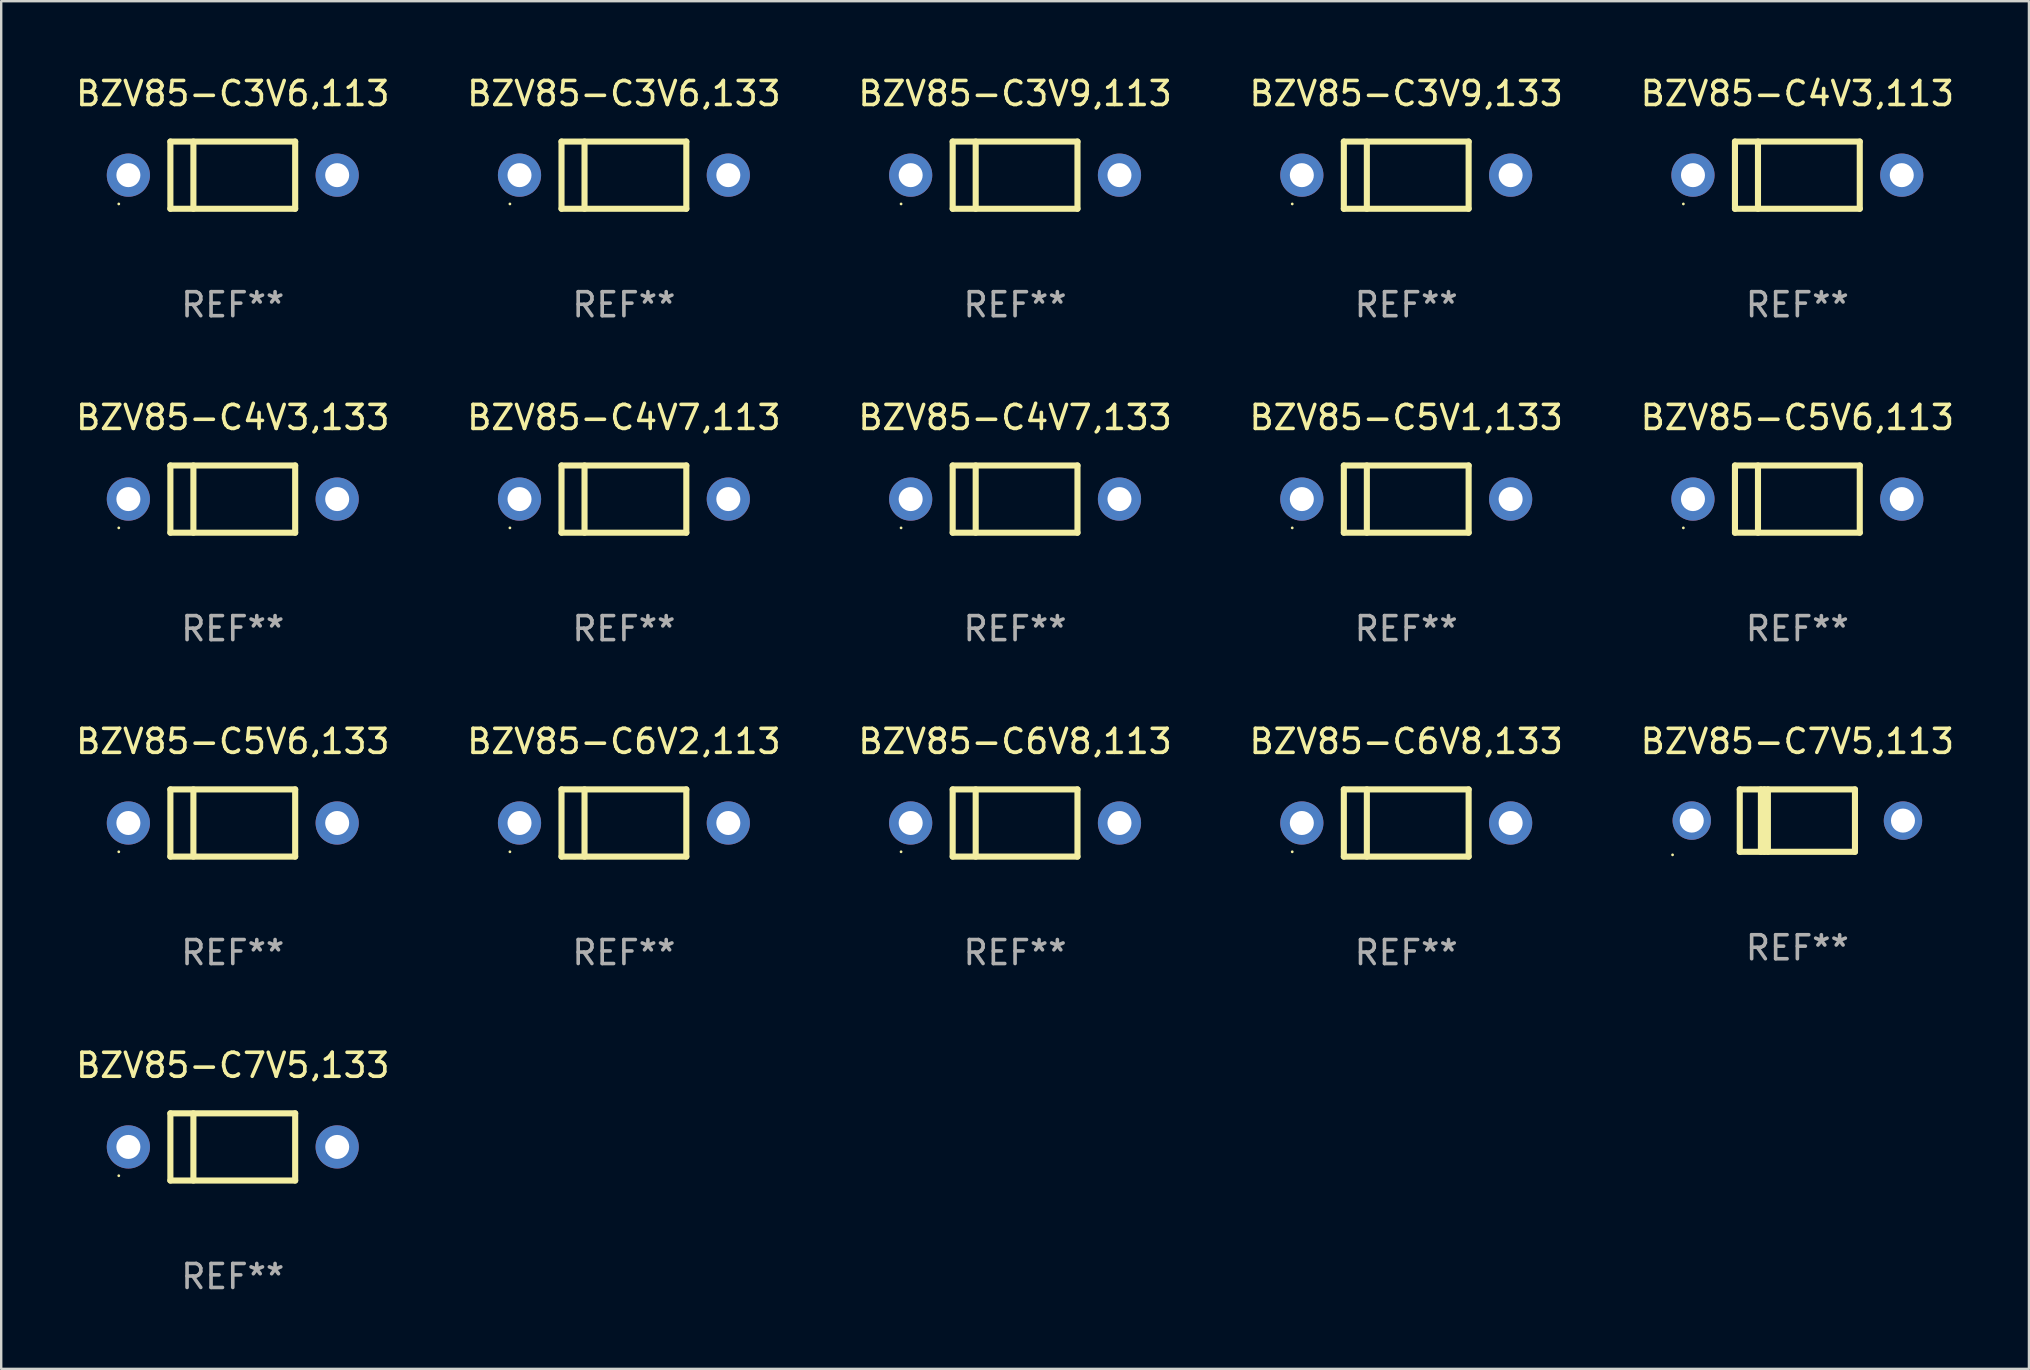
<source format=kicad_pcb>
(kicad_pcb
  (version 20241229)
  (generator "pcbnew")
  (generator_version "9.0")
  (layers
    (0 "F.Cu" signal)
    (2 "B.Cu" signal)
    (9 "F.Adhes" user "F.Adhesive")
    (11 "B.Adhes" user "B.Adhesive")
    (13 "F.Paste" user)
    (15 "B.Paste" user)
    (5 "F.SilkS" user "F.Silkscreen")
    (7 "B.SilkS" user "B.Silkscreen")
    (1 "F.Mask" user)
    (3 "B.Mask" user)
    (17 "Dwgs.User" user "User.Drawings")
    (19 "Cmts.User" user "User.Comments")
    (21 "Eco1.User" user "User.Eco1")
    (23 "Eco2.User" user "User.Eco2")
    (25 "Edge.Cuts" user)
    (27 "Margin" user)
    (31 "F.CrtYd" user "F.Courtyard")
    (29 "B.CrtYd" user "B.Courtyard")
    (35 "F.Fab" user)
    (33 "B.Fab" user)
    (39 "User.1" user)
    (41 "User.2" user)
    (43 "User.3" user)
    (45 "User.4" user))
  (footprint "BZV85-C4V3,113"
    (layer "F.Cu")
    (at 71.839 4.248)
    (property "Reference" "BZV85-C4V3,113" (at 0 -3.4 0) (layer "F.SilkS") (effects (font (size 1 1) (thickness 0.15))))
    (attr through_hole)
    (fp_line (start -2.6 -1.4) (end -2.6 1.4) (stroke (width 0.254) (type solid)) (layer "F.SilkS"))
    (fp_line (start -2.6 -1.4) (end 2.6 -1.4) (stroke (width 0.254) (type solid)) (layer "F.SilkS"))
    (fp_line (start -2.6 1.4) (end 2.6 1.4) (stroke (width 0.254) (type solid)) (layer "F.SilkS"))
    (fp_line (start -1.641 -1.4) (end -1.641 1.4) (stroke (width 0.254) (type solid)) (layer "F.SilkS"))
    (fp_line (start 2.6 -1.4) (end 2.6 1.4) (stroke (width 0.254) (type solid)) (layer "F.SilkS"))
    (fp_circle (center -4.75 1.2) (end -4.72 1.2) (stroke (width 0.06) (type solid)) (fill no) (layer "F.SilkS"))
    (fp_text user "REF**" (at 0 5.4 0) (layer "F.Fab") (effects (font (size 1 1) (thickness 0.15))))
    (pad "1" thru_hole circle (at -4.35 0) (size 1.8 1.8) (drill 1) (layers "*.Cu" "*.Mask"))
    (pad "2" thru_hole circle (at 4.35 0) (size 1.8 1.8) (drill 1) (layers "*.Cu" "*.Mask")))
  (footprint "BZV85-C3V9,113"
    (layer "F.Cu")
    (at 39.244 4.248)
    (property "Reference" "BZV85-C3V9,113" (at 0 -3.4 0) (layer "F.SilkS") (effects (font (size 1 1) (thickness 0.15))))
    (attr through_hole)
    (fp_line (start -2.6 -1.4) (end -2.6 1.4) (stroke (width 0.254) (type solid)) (layer "F.SilkS"))
    (fp_line (start -2.6 -1.4) (end 2.6 -1.4) (stroke (width 0.254) (type solid)) (layer "F.SilkS"))
    (fp_line (start -2.6 1.4) (end 2.6 1.4) (stroke (width 0.254) (type solid)) (layer "F.SilkS"))
    (fp_line (start -1.641 -1.4) (end -1.641 1.4) (stroke (width 0.254) (type solid)) (layer "F.SilkS"))
    (fp_line (start 2.6 -1.4) (end 2.6 1.4) (stroke (width 0.254) (type solid)) (layer "F.SilkS"))
    (fp_circle (center -4.75 1.2) (end -4.72 1.2) (stroke (width 0.06) (type solid)) (fill no) (layer "F.SilkS"))
    (fp_text user "REF**" (at 0 5.4 0) (layer "F.Fab") (effects (font (size 1 1) (thickness 0.15))))
    (pad "1" thru_hole circle (at -4.35 0) (size 1.8 1.8) (drill 1) (layers "*.Cu" "*.Mask"))
    (pad "2" thru_hole circle (at 4.35 0) (size 1.8 1.8) (drill 1) (layers "*.Cu" "*.Mask")))
  (footprint "BZV85-C7V5,133"
    (layer "F.Cu")
    (at 6.649 44.738)
    (property "Reference" "BZV85-C7V5,133" (at 0 -3.4 0) (layer "F.SilkS") (effects (font (size 1 1) (thickness 0.15))))
    (attr through_hole)
    (fp_line (start -2.6 -1.4) (end -2.6 1.4) (stroke (width 0.254) (type solid)) (layer "F.SilkS"))
    (fp_line (start -2.6 -1.4) (end 2.6 -1.4) (stroke (width 0.254) (type solid)) (layer "F.SilkS"))
    (fp_line (start -2.6 1.4) (end 2.6 1.4) (stroke (width 0.254) (type solid)) (layer "F.SilkS"))
    (fp_line (start -1.641 -1.4) (end -1.641 1.4) (stroke (width 0.254) (type solid)) (layer "F.SilkS"))
    (fp_line (start 2.6 -1.4) (end 2.6 1.4) (stroke (width 0.254) (type solid)) (layer "F.SilkS"))
    (fp_circle (center -4.75 1.2) (end -4.72 1.2) (stroke (width 0.06) (type solid)) (fill no) (layer "F.SilkS"))
    (fp_text user "REF**" (at 0 5.4 0) (layer "F.Fab") (effects (font (size 1 1) (thickness 0.15))))
    (pad "1" thru_hole circle (at -4.35 0) (size 1.8 1.8) (drill 1) (layers "*.Cu" "*.Mask"))
    (pad "2" thru_hole circle (at 4.35 0) (size 1.8 1.8) (drill 1) (layers "*.Cu" "*.Mask")))
  (footprint "BZV85-C6V8,133"
    (layer "F.Cu")
    (at 55.542 31.241)
    (property "Reference" "BZV85-C6V8,133" (at 0 -3.4 0) (layer "F.SilkS") (effects (font (size 1 1) (thickness 0.15))))
    (attr through_hole)
    (fp_line (start -2.6 -1.4) (end -2.6 1.4) (stroke (width 0.254) (type solid)) (layer "F.SilkS"))
    (fp_line (start -2.6 -1.4) (end 2.6 -1.4) (stroke (width 0.254) (type solid)) (layer "F.SilkS"))
    (fp_line (start -2.6 1.4) (end 2.6 1.4) (stroke (width 0.254) (type solid)) (layer "F.SilkS"))
    (fp_line (start -1.641 -1.4) (end -1.641 1.4) (stroke (width 0.254) (type solid)) (layer "F.SilkS"))
    (fp_line (start 2.6 -1.4) (end 2.6 1.4) (stroke (width 0.254) (type solid)) (layer "F.SilkS"))
    (fp_circle (center -4.75 1.2) (end -4.72 1.2) (stroke (width 0.06) (type solid)) (fill no) (layer "F.SilkS"))
    (fp_text user "REF**" (at 0 5.4 0) (layer "F.Fab") (effects (font (size 1 1) (thickness 0.15))))
    (pad "1" thru_hole circle (at -4.35 0) (size 1.8 1.8) (drill 1) (layers "*.Cu" "*.Mask"))
    (pad "2" thru_hole circle (at 4.35 0) (size 1.8 1.8) (drill 1) (layers "*.Cu" "*.Mask")))
  (footprint "BZV85-C3V6,133"
    (layer "F.Cu")
    (at 22.946 4.248)
    (property "Reference" "BZV85-C3V6,133" (at 0 -3.4 0) (layer "F.SilkS") (effects (font (size 1 1) (thickness 0.15))))
    (attr through_hole)
    (fp_line (start -2.6 -1.4) (end -2.6 1.4) (stroke (width 0.254) (type solid)) (layer "F.SilkS"))
    (fp_line (start -2.6 -1.4) (end 2.6 -1.4) (stroke (width 0.254) (type solid)) (layer "F.SilkS"))
    (fp_line (start -2.6 1.4) (end 2.6 1.4) (stroke (width 0.254) (type solid)) (layer "F.SilkS"))
    (fp_line (start -1.641 -1.4) (end -1.641 1.4) (stroke (width 0.254) (type solid)) (layer "F.SilkS"))
    (fp_line (start 2.6 -1.4) (end 2.6 1.4) (stroke (width 0.254) (type solid)) (layer "F.SilkS"))
    (fp_circle (center -4.75 1.2) (end -4.72 1.2) (stroke (width 0.06) (type solid)) (fill no) (layer "F.SilkS"))
    (fp_text user "REF**" (at 0 5.4 0) (layer "F.Fab") (effects (font (size 1 1) (thickness 0.15))))
    (pad "1" thru_hole circle (at -4.35 0) (size 1.8 1.8) (drill 1) (layers "*.Cu" "*.Mask"))
    (pad "2" thru_hole circle (at 4.35 0) (size 1.8 1.8) (drill 1) (layers "*.Cu" "*.Mask")))
  (footprint "BZV85-C7V5,113"
    (layer "F.Cu")
    (at 71.839 31.141)
    (property "Reference" "BZV85-C7V5,113" (at 0 -3.3 0) (layer "F.SilkS") (effects (font (size 1 1) (thickness 0.15))))
    (attr through_hole)
    (fp_line (start -2.4 -1.3) (end -2.4 1.3) (stroke (width 0.254) (type solid)) (layer "F.SilkS"))
    (fp_line (start -2.4 -1.3) (end 2.4 -1.3) (stroke (width 0.254) (type solid)) (layer "F.SilkS"))
    (fp_line (start -2.4 1.3) (end 2.4 1.3) (stroke (width 0.254) (type solid)) (layer "F.SilkS"))
    (fp_line (start -1.519 -1.3) (end -1.519 1.3) (stroke (width 0.254) (type solid)) (layer "F.SilkS"))
    (fp_line (start -1.374 -1.3) (end -1.374 1.3) (stroke (width 0.254) (type solid)) (layer "F.SilkS"))
    (fp_line (start -1.228 -1.3) (end -1.228 1.3) (stroke (width 0.254) (type solid)) (layer "F.SilkS"))
    (fp_line (start 2.4 -1.3) (end 2.4 1.3) (stroke (width 0.254) (type solid)) (layer "F.SilkS"))
    (fp_circle (center -5.2 1.427) (end -5.17 1.427) (stroke (width 0.06) (type solid)) (fill no) (layer "F.SilkS"))
    (fp_text user "REF**" (at 0 5.3 0) (layer "F.Fab") (effects (font (size 1 1) (thickness 0.15))))
    (pad "1" thru_hole circle (at -4.4 0.000013) (size 1.6 1.6) (drill 1) (layers "*.Cu" "*.Mask"))
    (pad "2" thru_hole circle (at 4.4 0.000013) (size 1.6 1.6) (drill 1) (layers "*.Cu" "*.Mask")))
  (footprint "BZV85-C4V3,133"
    (layer "F.Cu")
    (at 6.649 17.745)
    (property "Reference" "BZV85-C4V3,133" (at 0 -3.4 0) (layer "F.SilkS") (effects (font (size 1 1) (thickness 0.15))))
    (attr through_hole)
    (fp_line (start -2.6 -1.4) (end -2.6 1.4) (stroke (width 0.254) (type solid)) (layer "F.SilkS"))
    (fp_line (start -2.6 -1.4) (end 2.6 -1.4) (stroke (width 0.254) (type solid)) (layer "F.SilkS"))
    (fp_line (start -2.6 1.4) (end 2.6 1.4) (stroke (width 0.254) (type solid)) (layer "F.SilkS"))
    (fp_line (start -1.641 -1.4) (end -1.641 1.4) (stroke (width 0.254) (type solid)) (layer "F.SilkS"))
    (fp_line (start 2.6 -1.4) (end 2.6 1.4) (stroke (width 0.254) (type solid)) (layer "F.SilkS"))
    (fp_circle (center -4.75 1.2) (end -4.72 1.2) (stroke (width 0.06) (type solid)) (fill no) (layer "F.SilkS"))
    (fp_text user "REF**" (at 0 5.4 0) (layer "F.Fab") (effects (font (size 1 1) (thickness 0.15))))
    (pad "1" thru_hole circle (at -4.35 0) (size 1.8 1.8) (drill 1) (layers "*.Cu" "*.Mask"))
    (pad "2" thru_hole circle (at 4.35 0) (size 1.8 1.8) (drill 1) (layers "*.Cu" "*.Mask")))
  (footprint "BZV85-C6V8,113"
    (layer "F.Cu")
    (at 39.244 31.241)
    (property "Reference" "BZV85-C6V8,113" (at 0 -3.4 0) (layer "F.SilkS") (effects (font (size 1 1) (thickness 0.15))))
    (attr through_hole)
    (fp_line (start -2.6 -1.4) (end -2.6 1.4) (stroke (width 0.254) (type solid)) (layer "F.SilkS"))
    (fp_line (start -2.6 -1.4) (end 2.6 -1.4) (stroke (width 0.254) (type solid)) (layer "F.SilkS"))
    (fp_line (start -2.6 1.4) (end 2.6 1.4) (stroke (width 0.254) (type solid)) (layer "F.SilkS"))
    (fp_line (start -1.641 -1.4) (end -1.641 1.4) (stroke (width 0.254) (type solid)) (layer "F.SilkS"))
    (fp_line (start 2.6 -1.4) (end 2.6 1.4) (stroke (width 0.254) (type solid)) (layer "F.SilkS"))
    (fp_circle (center -4.75 1.2) (end -4.72 1.2) (stroke (width 0.06) (type solid)) (fill no) (layer "F.SilkS"))
    (fp_text user "REF**" (at 0 5.4 0) (layer "F.Fab") (effects (font (size 1 1) (thickness 0.15))))
    (pad "1" thru_hole circle (at -4.35 0) (size 1.8 1.8) (drill 1) (layers "*.Cu" "*.Mask"))
    (pad "2" thru_hole circle (at 4.35 0) (size 1.8 1.8) (drill 1) (layers "*.Cu" "*.Mask")))
  (footprint "BZV85-C5V1,133"
    (layer "F.Cu")
    (at 55.542 17.745)
    (property "Reference" "BZV85-C5V1,133" (at 0 -3.4 0) (layer "F.SilkS") (effects (font (size 1 1) (thickness 0.15))))
    (attr through_hole)
    (fp_line (start -2.6 -1.4) (end -2.6 1.4) (stroke (width 0.254) (type solid)) (layer "F.SilkS"))
    (fp_line (start -2.6 -1.4) (end 2.6 -1.4) (stroke (width 0.254) (type solid)) (layer "F.SilkS"))
    (fp_line (start -2.6 1.4) (end 2.6 1.4) (stroke (width 0.254) (type solid)) (layer "F.SilkS"))
    (fp_line (start -1.641 -1.4) (end -1.641 1.4) (stroke (width 0.254) (type solid)) (layer "F.SilkS"))
    (fp_line (start 2.6 -1.4) (end 2.6 1.4) (stroke (width 0.254) (type solid)) (layer "F.SilkS"))
    (fp_circle (center -4.75 1.2) (end -4.72 1.2) (stroke (width 0.06) (type solid)) (fill no) (layer "F.SilkS"))
    (fp_text user "REF**" (at 0 5.4 0) (layer "F.Fab") (effects (font (size 1 1) (thickness 0.15))))
    (pad "1" thru_hole circle (at -4.35 0) (size 1.8 1.8) (drill 1) (layers "*.Cu" "*.Mask"))
    (pad "2" thru_hole circle (at 4.35 0) (size 1.8 1.8) (drill 1) (layers "*.Cu" "*.Mask")))
  (footprint "BZV85-C5V6,113"
    (layer "F.Cu")
    (at 71.839 17.745)
    (property "Reference" "BZV85-C5V6,113" (at 0 -3.4 0) (layer "F.SilkS") (effects (font (size 1 1) (thickness 0.15))))
    (attr through_hole)
    (fp_line (start -2.6 -1.4) (end -2.6 1.4) (stroke (width 0.254) (type solid)) (layer "F.SilkS"))
    (fp_line (start -2.6 -1.4) (end 2.6 -1.4) (stroke (width 0.254) (type solid)) (layer "F.SilkS"))
    (fp_line (start -2.6 1.4) (end 2.6 1.4) (stroke (width 0.254) (type solid)) (layer "F.SilkS"))
    (fp_line (start -1.641 -1.4) (end -1.641 1.4) (stroke (width 0.254) (type solid)) (layer "F.SilkS"))
    (fp_line (start 2.6 -1.4) (end 2.6 1.4) (stroke (width 0.254) (type solid)) (layer "F.SilkS"))
    (fp_circle (center -4.75 1.2) (end -4.72 1.2) (stroke (width 0.06) (type solid)) (fill no) (layer "F.SilkS"))
    (fp_text user "REF**" (at 0 5.4 0) (layer "F.Fab") (effects (font (size 1 1) (thickness 0.15))))
    (pad "1" thru_hole circle (at -4.35 0) (size 1.8 1.8) (drill 1) (layers "*.Cu" "*.Mask"))
    (pad "2" thru_hole circle (at 4.35 0) (size 1.8 1.8) (drill 1) (layers "*.Cu" "*.Mask")))
  (footprint "BZV85-C5V6,133"
    (layer "F.Cu")
    (at 6.649 31.241)
    (property "Reference" "BZV85-C5V6,133" (at 0 -3.4 0) (layer "F.SilkS") (effects (font (size 1 1) (thickness 0.15))))
    (attr through_hole)
    (fp_line (start -2.6 -1.4) (end -2.6 1.4) (stroke (width 0.254) (type solid)) (layer "F.SilkS"))
    (fp_line (start -2.6 -1.4) (end 2.6 -1.4) (stroke (width 0.254) (type solid)) (layer "F.SilkS"))
    (fp_line (start -2.6 1.4) (end 2.6 1.4) (stroke (width 0.254) (type solid)) (layer "F.SilkS"))
    (fp_line (start -1.641 -1.4) (end -1.641 1.4) (stroke (width 0.254) (type solid)) (layer "F.SilkS"))
    (fp_line (start 2.6 -1.4) (end 2.6 1.4) (stroke (width 0.254) (type solid)) (layer "F.SilkS"))
    (fp_circle (center -4.75 1.2) (end -4.72 1.2) (stroke (width 0.06) (type solid)) (fill no) (layer "F.SilkS"))
    (fp_text user "REF**" (at 0 5.4 0) (layer "F.Fab") (effects (font (size 1 1) (thickness 0.15))))
    (pad "1" thru_hole circle (at -4.35 0) (size 1.8 1.8) (drill 1) (layers "*.Cu" "*.Mask"))
    (pad "2" thru_hole circle (at 4.35 0) (size 1.8 1.8) (drill 1) (layers "*.Cu" "*.Mask")))
  (footprint "BZV85-C3V6,113"
    (layer "F.Cu")
    (at 6.649 4.248)
    (property "Reference" "BZV85-C3V6,113" (at 0 -3.4 0) (layer "F.SilkS") (effects (font (size 1 1) (thickness 0.15))))
    (attr through_hole)
    (fp_line (start -2.6 -1.4) (end -2.6 1.4) (stroke (width 0.254) (type solid)) (layer "F.SilkS"))
    (fp_line (start -2.6 -1.4) (end 2.6 -1.4) (stroke (width 0.254) (type solid)) (layer "F.SilkS"))
    (fp_line (start -2.6 1.4) (end 2.6 1.4) (stroke (width 0.254) (type solid)) (layer "F.SilkS"))
    (fp_line (start -1.641 -1.4) (end -1.641 1.4) (stroke (width 0.254) (type solid)) (layer "F.SilkS"))
    (fp_line (start 2.6 -1.4) (end 2.6 1.4) (stroke (width 0.254) (type solid)) (layer "F.SilkS"))
    (fp_circle (center -4.75 1.2) (end -4.72 1.2) (stroke (width 0.06) (type solid)) (fill no) (layer "F.SilkS"))
    (fp_text user "REF**" (at 0 5.4 0) (layer "F.Fab") (effects (font (size 1 1) (thickness 0.15))))
    (pad "1" thru_hole circle (at -4.35 0) (size 1.8 1.8) (drill 1) (layers "*.Cu" "*.Mask"))
    (pad "2" thru_hole circle (at 4.35 0) (size 1.8 1.8) (drill 1) (layers "*.Cu" "*.Mask")))
  (footprint "BZV85-C4V7,113"
    (layer "F.Cu")
    (at 22.946 17.745)
    (property "Reference" "BZV85-C4V7,113" (at 0 -3.4 0) (layer "F.SilkS") (effects (font (size 1 1) (thickness 0.15))))
    (attr through_hole)
    (fp_line (start -2.6 -1.4) (end -2.6 1.4) (stroke (width 0.254) (type solid)) (layer "F.SilkS"))
    (fp_line (start -2.6 -1.4) (end 2.6 -1.4) (stroke (width 0.254) (type solid)) (layer "F.SilkS"))
    (fp_line (start -2.6 1.4) (end 2.6 1.4) (stroke (width 0.254) (type solid)) (layer "F.SilkS"))
    (fp_line (start -1.641 -1.4) (end -1.641 1.4) (stroke (width 0.254) (type solid)) (layer "F.SilkS"))
    (fp_line (start 2.6 -1.4) (end 2.6 1.4) (stroke (width 0.254) (type solid)) (layer "F.SilkS"))
    (fp_circle (center -4.75 1.2) (end -4.72 1.2) (stroke (width 0.06) (type solid)) (fill no) (layer "F.SilkS"))
    (fp_text user "REF**" (at 0 5.4 0) (layer "F.Fab") (effects (font (size 1 1) (thickness 0.15))))
    (pad "1" thru_hole circle (at -4.35 0) (size 1.8 1.8) (drill 1) (layers "*.Cu" "*.Mask"))
    (pad "2" thru_hole circle (at 4.35 0) (size 1.8 1.8) (drill 1) (layers "*.Cu" "*.Mask")))
  (footprint "BZV85-C3V9,133"
    (layer "F.Cu")
    (at 55.542 4.248)
    (property "Reference" "BZV85-C3V9,133" (at 0 -3.4 0) (layer "F.SilkS") (effects (font (size 1 1) (thickness 0.15))))
    (attr through_hole)
    (fp_line (start -2.6 -1.4) (end -2.6 1.4) (stroke (width 0.254) (type solid)) (layer "F.SilkS"))
    (fp_line (start -2.6 -1.4) (end 2.6 -1.4) (stroke (width 0.254) (type solid)) (layer "F.SilkS"))
    (fp_line (start -2.6 1.4) (end 2.6 1.4) (stroke (width 0.254) (type solid)) (layer "F.SilkS"))
    (fp_line (start -1.641 -1.4) (end -1.641 1.4) (stroke (width 0.254) (type solid)) (layer "F.SilkS"))
    (fp_line (start 2.6 -1.4) (end 2.6 1.4) (stroke (width 0.254) (type solid)) (layer "F.SilkS"))
    (fp_circle (center -4.75 1.2) (end -4.72 1.2) (stroke (width 0.06) (type solid)) (fill no) (layer "F.SilkS"))
    (fp_text user "REF**" (at 0 5.4 0) (layer "F.Fab") (effects (font (size 1 1) (thickness 0.15))))
    (pad "1" thru_hole circle (at -4.35 0) (size 1.8 1.8) (drill 1) (layers "*.Cu" "*.Mask"))
    (pad "2" thru_hole circle (at 4.35 0) (size 1.8 1.8) (drill 1) (layers "*.Cu" "*.Mask")))
  (footprint "BZV85-C4V7,133"
    (layer "F.Cu")
    (at 39.244 17.745)
    (property "Reference" "BZV85-C4V7,133" (at 0 -3.4 0) (layer "F.SilkS") (effects (font (size 1 1) (thickness 0.15))))
    (attr through_hole)
    (fp_line (start -2.6 -1.4) (end -2.6 1.4) (stroke (width 0.254) (type solid)) (layer "F.SilkS"))
    (fp_line (start -2.6 -1.4) (end 2.6 -1.4) (stroke (width 0.254) (type solid)) (layer "F.SilkS"))
    (fp_line (start -2.6 1.4) (end 2.6 1.4) (stroke (width 0.254) (type solid)) (layer "F.SilkS"))
    (fp_line (start -1.641 -1.4) (end -1.641 1.4) (stroke (width 0.254) (type solid)) (layer "F.SilkS"))
    (fp_line (start 2.6 -1.4) (end 2.6 1.4) (stroke (width 0.254) (type solid)) (layer "F.SilkS"))
    (fp_circle (center -4.75 1.2) (end -4.72 1.2) (stroke (width 0.06) (type solid)) (fill no) (layer "F.SilkS"))
    (fp_text user "REF**" (at 0 5.4 0) (layer "F.Fab") (effects (font (size 1 1) (thickness 0.15))))
    (pad "1" thru_hole circle (at -4.35 0) (size 1.8 1.8) (drill 1) (layers "*.Cu" "*.Mask"))
    (pad "2" thru_hole circle (at 4.35 0) (size 1.8 1.8) (drill 1) (layers "*.Cu" "*.Mask")))
  (footprint "BZV85-C6V2,113"
    (layer "F.Cu")
    (at 22.946 31.241)
    (property "Reference" "BZV85-C6V2,113" (at 0 -3.4 0) (layer "F.SilkS") (effects (font (size 1 1) (thickness 0.15))))
    (attr through_hole)
    (fp_line (start -2.6 -1.4) (end -2.6 1.4) (stroke (width 0.254) (type solid)) (layer "F.SilkS"))
    (fp_line (start -2.6 -1.4) (end 2.6 -1.4) (stroke (width 0.254) (type solid)) (layer "F.SilkS"))
    (fp_line (start -2.6 1.4) (end 2.6 1.4) (stroke (width 0.254) (type solid)) (layer "F.SilkS"))
    (fp_line (start -1.641 -1.4) (end -1.641 1.4) (stroke (width 0.254) (type solid)) (layer "F.SilkS"))
    (fp_line (start 2.6 -1.4) (end 2.6 1.4) (stroke (width 0.254) (type solid)) (layer "F.SilkS"))
    (fp_circle (center -4.75 1.2) (end -4.72 1.2) (stroke (width 0.06) (type solid)) (fill no) (layer "F.SilkS"))
    (fp_text user "REF**" (at 0 5.4 0) (layer "F.Fab") (effects (font (size 1 1) (thickness 0.15))))
    (pad "1" thru_hole circle (at -4.35 0) (size 1.8 1.8) (drill 1) (layers "*.Cu" "*.Mask"))
    (pad "2" thru_hole circle (at 4.35 0) (size 1.8 1.8) (drill 1) (layers "*.Cu" "*.Mask")))
  (gr_rect
    (start -3 -3)
    (end 81.488 53.986)
    (stroke (width 0.1) (type default))
    (fill no)
    (layer "Edge.Cuts")))
</source>
